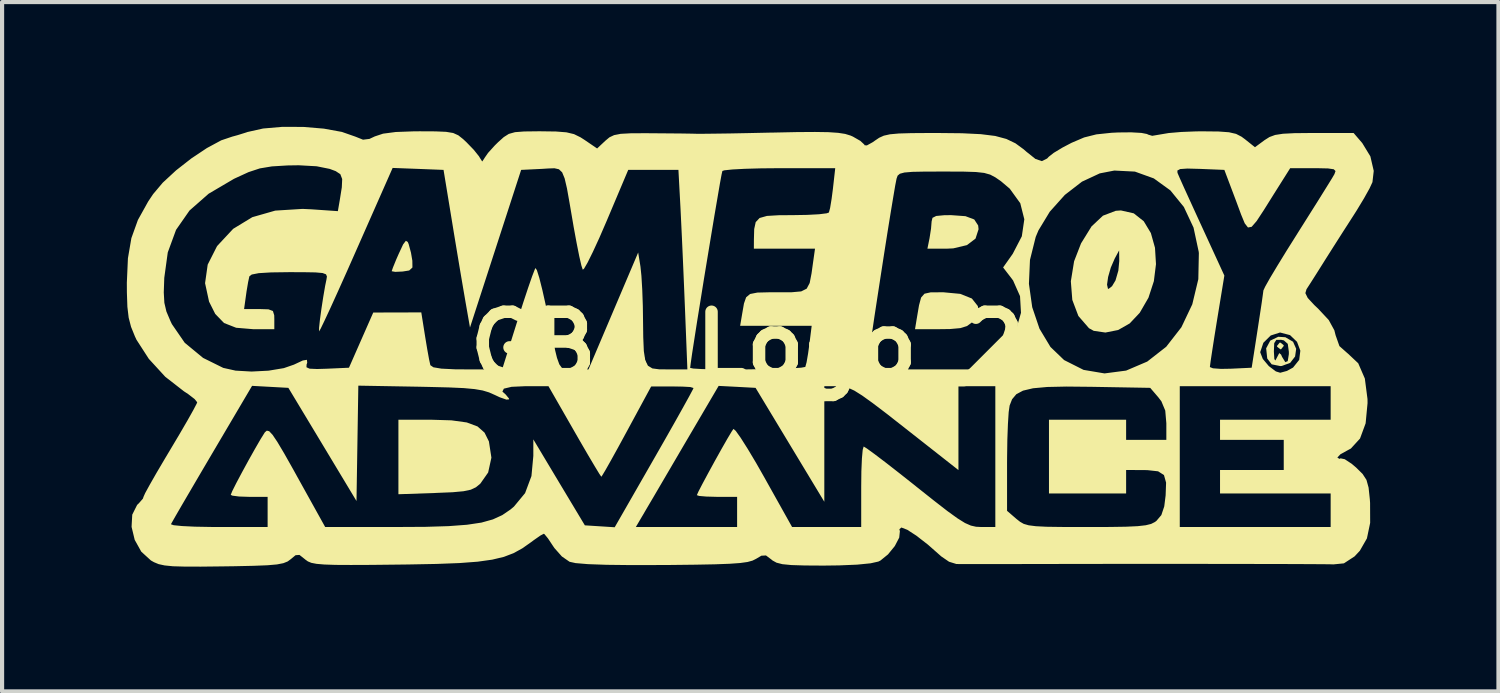
<source format=kicad_pcb>
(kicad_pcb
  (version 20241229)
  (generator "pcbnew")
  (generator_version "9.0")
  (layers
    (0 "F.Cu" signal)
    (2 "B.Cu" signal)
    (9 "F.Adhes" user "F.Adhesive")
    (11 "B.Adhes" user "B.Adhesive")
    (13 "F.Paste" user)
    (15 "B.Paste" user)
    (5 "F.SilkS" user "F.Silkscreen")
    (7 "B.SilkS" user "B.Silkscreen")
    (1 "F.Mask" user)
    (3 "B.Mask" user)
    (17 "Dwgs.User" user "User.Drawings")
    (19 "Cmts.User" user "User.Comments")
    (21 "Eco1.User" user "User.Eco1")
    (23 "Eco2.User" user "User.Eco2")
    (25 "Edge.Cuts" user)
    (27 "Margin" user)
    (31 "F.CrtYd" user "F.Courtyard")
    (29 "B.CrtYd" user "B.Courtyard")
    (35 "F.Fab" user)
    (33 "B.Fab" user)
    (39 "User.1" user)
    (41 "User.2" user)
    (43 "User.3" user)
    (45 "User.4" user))
  (footprint "GBA_Logo_2"
    (layer "F.Cu")
    (at 14.916 5.268)
    (property "Reference" "GBA_Logo_2" (at 0 0 0) (layer "F.SilkS") (effects (font (size 1.5 1.5) (thickness 0.3))))
    (attr board_only exclude_from_pos_files exclude_from_bom)
    (fp_poly (pts (xy 12.899 -0.019) (xy 12.902 0) (xy 12.84 0.078) (xy 12.821 0.081) (xy 12.743 0.019) (xy 12.74 0) (xy 12.802 -0.078) (xy 12.821 -0.081)) (stroke (width 0) (type solid)) (fill yes) (layer "F.SilkS"))
    (fp_poly (pts (xy -8.162 -2.501) (xy -8.14 -2.45) (xy -8.084 -2.243) (xy -8.051 -2.049) (xy -8.049 -1.886) (xy -8.127 -1.814) (xy -8.285 -1.789) (xy -8.463 -1.781) (xy -8.546 -1.796) (xy -8.547 -1.799) (xy -8.517 -1.886) (xy -8.441 -2.073) (xy -8.374 -2.225) (xy -8.272 -2.443) (xy -8.207 -2.528)) (stroke (width 0) (type solid)) (fill yes) (layer "F.SilkS"))
    (fp_poly (pts (xy 5.249 -3.12) (xy 5.46 -3.041) (xy 5.554 -2.897) (xy 5.564 -2.806) (xy 5.491 -2.581) (xy 5.284 -2.424) (xy 4.956 -2.346) (xy 4.788 -2.338) (xy 4.334 -2.338) (xy 4.385 -2.59) (xy 4.421 -2.82) (xy 4.435 -2.994) (xy 4.456 -3.08) (xy 4.545 -3.125) (xy 4.737 -3.143) (xy 4.903 -3.145)) (stroke (width 0) (type solid)) (fill yes) (layer "F.SilkS"))
    (fp_poly (pts (xy -7.112 1.789) (xy -6.742 1.84) (xy -6.484 1.936) (xy -6.315 2.085) (xy -6.21 2.296) (xy -6.15 2.686) (xy -6.228 3.043) (xy -6.417 3.312) (xy -6.523 3.399) (xy -6.646 3.457) (xy -6.821 3.494) (xy -7.083 3.518) (xy -7.469 3.534) (xy -7.504 3.536) (xy -8.386 3.566) (xy -8.386 2.67) (xy -8.386 1.774) (xy -7.617 1.774)) (stroke (width 0) (type solid)) (fill yes) (layer "F.SilkS"))
    (fp_poly (pts (xy 4.719 -1.29) (xy 5.124 -1.252) (xy 5.403 -1.14) (xy 5.546 -0.959) (xy 5.564 -0.847) (xy 5.51 -0.704) (xy 5.403 -0.564) (xy 5.286 -0.478) (xy 5.124 -0.428) (xy 4.874 -0.406) (xy 4.639 -0.403) (xy 4.036 -0.403) (xy 4.079 -0.665) (xy 4.132 -0.977) (xy 4.182 -1.163) (xy 4.264 -1.256) (xy 4.41 -1.288) (xy 4.653 -1.29)) (stroke (width 0) (type solid)) (fill yes) (layer "F.SilkS"))
    (fp_poly (pts (xy 12.941 -0.209) (xy 13.126 -0.101) (xy 13.201 0.069) (xy 13.175 0.254) (xy 13.056 0.408) (xy 12.852 0.482) (xy 12.816 0.484) (xy 12.611 0.442) (xy 12.505 0.302) (xy 12.487 0.13) (xy 12.665 0.13) (xy 12.665 0.136) (xy 12.676 0.316) (xy 12.701 0.35) (xy 12.737 0.282) (xy 12.794 0.172) (xy 12.838 0.208) (xy 12.861 0.262) (xy 12.94 0.39) (xy 12.998 0.365) (xy 13.025 0.197) (xy 13.025 0.141) (xy 12.999 -0.05) (xy 12.905 -0.133) (xy 12.841 -0.147) (xy 12.723 -0.145) (xy 12.673 -0.067) (xy 12.665 0.13) (xy 12.487 0.13) (xy 12.479 0.058) (xy 12.578 -0.128) (xy 12.77 -0.22)) (stroke (width 0) (type solid)) (fill yes) (layer "F.SilkS"))
    (fp_poly (pts (xy 9.296 -3.188) (xy 9.536 -2.998) (xy 9.707 -2.714) (xy 9.806 -2.361) (xy 9.83 -1.967) (xy 9.779 -1.557) (xy 9.649 -1.159) (xy 9.44 -0.798) (xy 9.198 -0.541) (xy 8.921 -0.383) (xy 8.614 -0.322) (xy 8.333 -0.363) (xy 8.219 -0.426) (xy 7.964 -0.72) (xy 7.818 -1.106) (xy 7.789 -1.473) (xy 8.653 -1.473) (xy 8.675 -1.376) (xy 8.689 -1.371) (xy 8.773 -1.436) (xy 8.857 -1.576) (xy 8.925 -1.811) (xy 8.947 -2.04) (xy 8.944 -2.298) (xy 8.836 -2.097) (xy 8.743 -1.882) (xy 8.679 -1.658) (xy 8.653 -1.473) (xy 7.789 -1.473) (xy 7.783 -1.555) (xy 7.861 -2.036) (xy 8.028 -2.466) (xy 8.281 -2.875) (xy 8.555 -3.132) (xy 8.862 -3.249) (xy 8.987 -3.258)) (stroke (width 0) (type solid)) (fill yes) (layer "F.SilkS"))
    (fp_poly (pts (xy -10.672 -5.266) (xy -10.179 -5.225) (xy -9.745 -5.146) (xy -9.419 -5.032) (xy -9.417 -5.031) (xy -9.237 -4.959) (xy -9.082 -4.978) (xy -8.954 -5.038) (xy -8.755 -5.104) (xy -8.45 -5.144) (xy -8.015 -5.16) (xy -7.872 -5.161) (xy -7.494 -5.159) (xy -7.239 -5.148) (xy -7.069 -5.12) (xy -6.945 -5.064) (xy -6.83 -4.973) (xy -6.751 -4.899) (xy -6.574 -4.716) (xy -6.449 -4.56) (xy -6.423 -4.516) (xy -6.371 -4.435) (xy -6.321 -4.508) (xy -6.318 -4.516) (xy -6.23 -4.642) (xy -6.069 -4.82) (xy -5.989 -4.899) (xy -5.853 -5.021) (xy -5.732 -5.098) (xy -5.582 -5.14) (xy -5.362 -5.157) (xy -5.03 -5.161) (xy -4.965 -5.161) (xy -4.597 -5.156) (xy -4.345 -5.136) (xy -4.164 -5.093) (xy -4.007 -5.016) (xy -3.912 -4.955) (xy -3.608 -4.748) (xy -3.41 -4.934) (xy -3.312 -5.016) (xy -3.2 -5.069) (xy -3.041 -5.1) (xy -2.8 -5.113) (xy -2.443 -5.115) (xy -2.312 -5.114) (xy -1.926 -5.111) (xy -1.583 -5.108) (xy -1.325 -5.104) (xy -1.21 -5.101) (xy -1.069 -5.101) (xy -0.796 -5.104) (xy -0.417 -5.109) (xy 0.039 -5.118) (xy 0.543 -5.129) (xy 0.626 -5.13) (xy 1.197 -5.142) (xy 1.632 -5.145) (xy 1.954 -5.14) (xy 2.187 -5.124) (xy 2.356 -5.098) (xy 2.484 -5.059) (xy 2.541 -5.034) (xy 2.721 -4.931) (xy 2.817 -4.842) (xy 2.822 -4.826) (xy 2.878 -4.821) (xy 3.017 -4.898) (xy 3.071 -4.936) (xy 3.175 -5.006) (xy 3.286 -5.056) (xy 3.434 -5.089) (xy 3.645 -5.108) (xy 3.95 -5.117) (xy 4.376 -5.12) (xy 4.583 -5.12) (xy 5.167 -5.114) (xy 5.618 -5.092) (xy 5.964 -5.049) (xy 6.232 -4.977) (xy 6.451 -4.872) (xy 6.648 -4.728) (xy 6.714 -4.67) (xy 6.932 -4.496) (xy 7.087 -4.444) (xy 7.213 -4.507) (xy 7.251 -4.548) (xy 7.37 -4.642) (xy 7.586 -4.772) (xy 7.802 -4.885) (xy 8.102 -5.013) (xy 8.397 -5.087) (xy 8.759 -5.125) (xy 8.924 -5.133) (xy 9.235 -5.136) (xy 9.48 -5.122) (xy 9.619 -5.095) (xy 9.633 -5.084) (xy 9.739 -5.052) (xy 9.939 -5.086) (xy 10.135 -5.119) (xy 10.44 -5.145) (xy 10.801 -5.159) (xy 10.966 -5.16) (xy 11.335 -5.156) (xy 11.584 -5.138) (xy 11.755 -5.099) (xy 11.887 -5.031) (xy 11.971 -4.969) (xy 12.21 -4.778) (xy 12.442 -4.949) (xy 12.559 -5.023) (xy 12.695 -5.073) (xy 12.884 -5.102) (xy 13.159 -5.116) (xy 13.557 -5.12) (xy 13.628 -5.12) (xy 14.582 -5.12) (xy 14.79 -4.878) (xy 14.985 -4.558) (xy 15.066 -4.209) (xy 15.035 -3.938) (xy 14.966 -3.789) (xy 14.831 -3.547) (xy 14.653 -3.253) (xy 14.558 -3.104) (xy 14.329 -2.748) (xy 14.09 -2.373) (xy 13.884 -2.048) (xy 13.839 -1.976) (xy 13.674 -1.714) (xy 13.534 -1.494) (xy 13.449 -1.363) (xy 13.422 -1.27) (xy 13.479 -1.153) (xy 13.638 -0.982) (xy 13.73 -0.895) (xy 13.984 -0.623) (xy 14.119 -0.376) (xy 14.149 -0.257) (xy 14.241 0.004) (xy 14.437 0.178) (xy 14.441 0.18) (xy 14.693 0.417) (xy 14.852 0.784) (xy 14.916 1.277) (xy 14.917 1.376) (xy 14.871 1.861) (xy 14.736 2.227) (xy 14.516 2.467) (xy 14.426 2.516) (xy 14.264 2.606) (xy 14.192 2.683) (xy 14.192 2.685) (xy 14.242 2.716) (xy 14.27 2.703) (xy 14.369 2.724) (xy 14.536 2.834) (xy 14.642 2.924) (xy 14.798 3.078) (xy 14.891 3.221) (xy 14.942 3.406) (xy 14.972 3.685) (xy 14.978 3.772) (xy 14.98 4.255) (xy 14.902 4.628) (xy 14.732 4.925) (xy 14.606 5.06) (xy 14.349 5.228) (xy 14.096 5.253) (xy 14.001 5.25) (xy 13.761 5.248) (xy 13.393 5.246) (xy 12.915 5.244) (xy 12.343 5.243) (xy 11.693 5.242) (xy 10.983 5.241) (xy 10.23 5.241) (xy 9.45 5.241) (xy 8.66 5.241) (xy 7.876 5.242) (xy 7.378 5.243) (xy 6.794 5.244) (xy 6.256 5.245) (xy 5.787 5.245) (xy 5.412 5.245) (xy 5.152 5.245) (xy 5.031 5.244) (xy 4.854 5.189) (xy 4.667 5.061) (xy 4.666 5.06) (xy 4.346 4.778) (xy 4.068 4.562) (xy 3.85 4.421) (xy 3.708 4.366) (xy 3.66 4.407) (xy 3.672 4.455) (xy 3.656 4.609) (xy 3.55 4.812) (xy 3.387 5.012) (xy 3.205 5.16) (xy 3.155 5.185) (xy 2.967 5.227) (xy 2.645 5.259) (xy 2.214 5.277) (xy 1.834 5.282) (xy 1.383 5.279) (xy 1.063 5.269) (xy 0.847 5.248) (xy 0.706 5.212) (xy 0.61 5.159) (xy 0.58 5.134) (xy 0.452 5.038) (xy 0.342 5.044) (xy 0.213 5.12) (xy 0.129 5.162) (xy 0.009 5.195) (xy -0.169 5.22) (xy -0.424 5.238) (xy -0.775 5.251) (xy -1.243 5.26) (xy -1.847 5.267) (xy -2.021 5.268) (xy -2.779 5.27) (xy -3.38 5.263) (xy -3.828 5.247) (xy -4.126 5.222) (xy -4.271 5.19) (xy -4.456 5.062) (xy -4.636 4.859) (xy -4.671 4.807) (xy -4.79 4.628) (xy -4.875 4.525) (xy -4.89 4.516) (xy -4.973 4.56) (xy -5.132 4.671) (xy -5.198 4.72) (xy -5.405 4.866) (xy -5.615 4.982) (xy -5.85 5.072) (xy -6.131 5.139) (xy -6.48 5.188) (xy -6.919 5.221) (xy -7.469 5.242) (xy -8.152 5.255) (xy -8.407 5.258) (xy -9.039 5.265) (xy -9.529 5.267) (xy -9.899 5.265) (xy -10.167 5.256) (xy -10.354 5.24) (xy -10.479 5.216) (xy -10.563 5.181) (xy -10.626 5.136) (xy -10.635 5.128) (xy -10.765 5.025) (xy -10.859 5.032) (xy -10.975 5.128) (xy -11.05 5.183) (xy -11.153 5.224) (xy -11.307 5.254) (xy -11.537 5.274) (xy -11.867 5.287) (xy -12.321 5.297) (xy -12.608 5.301) (xy -13.134 5.307) (xy -13.525 5.306) (xy -13.808 5.298) (xy -14.007 5.278) (xy -14.151 5.247) (xy -14.264 5.2) (xy -14.338 5.158) (xy -14.569 4.947) (xy -14.727 4.663) (xy -14.802 4.352) (xy -14.799 4.288) (xy -13.856 4.288) (xy -13.79 4.311) (xy -13.59 4.331) (xy -13.283 4.346) (xy -12.898 4.353) (xy -12.707 4.354) (xy -11.531 4.354) (xy -11.531 3.991) (xy -11.531 3.629) (xy -11.974 3.629) (xy -12.217 3.621) (xy -12.378 3.6) (xy -12.418 3.581) (xy -12.381 3.49) (xy -12.284 3.297) (xy -12.147 3.039) (xy -11.99 2.751) (xy -11.834 2.473) (xy -11.699 2.24) (xy -11.605 2.089) (xy -11.595 2.075) (xy -11.55 2.037) (xy -11.493 2.051) (xy -11.413 2.136) (xy -11.297 2.308) (xy -11.134 2.582) (xy -10.911 2.977) (xy -10.819 3.144) (xy -10.147 4.354) (xy -8.435 4.354) (xy -7.737 4.35) (xy -7.179 4.333) (xy -6.737 4.3) (xy -6.39 4.248) (xy -6.114 4.171) (xy -5.889 4.068) (xy -5.691 3.933) (xy -5.608 3.863) (xy -5.34 3.539) (xy -5.187 3.129) (xy -5.142 2.646) (xy -5.142 2.247) (xy -4.523 3.281) (xy -3.903 4.314) (xy -3.544 4.337) (xy -3.185 4.36) (xy -3.182 4.354) (xy -2.677 4.354) (xy -1.459 4.354) (xy -0.242 4.354) (xy -0.242 3.991) (xy -0.242 3.629) (xy -0.726 3.629) (xy -0.981 3.622) (xy -1.156 3.607) (xy -1.21 3.588) (xy -1.173 3.504) (xy -1.075 3.315) (xy -0.937 3.058) (xy -0.778 2.767) (xy -0.618 2.48) (xy -0.476 2.231) (xy -0.372 2.057) (xy -0.33 1.995) (xy -0.275 2.042) (xy -0.156 2.209) (xy 0.012 2.474) (xy 0.217 2.817) (xy 0.403 3.144) (xy 1.08 4.354) (xy 1.911 4.354) (xy 2.742 4.354) (xy 2.742 3.387) (xy 2.746 3.013) (xy 2.759 2.707) (xy 2.778 2.498) (xy 2.801 2.419) (xy 2.802 2.419) (xy 2.881 2.468) (xy 3.065 2.602) (xy 3.334 2.806) (xy 3.666 3.065) (xy 4.043 3.363) (xy 4.072 3.387) (xy 4.497 3.724) (xy 4.818 3.973) (xy 5.058 4.146) (xy 5.238 4.258) (xy 5.379 4.32) (xy 5.504 4.348) (xy 5.624 4.354) (xy 5.967 4.354) (xy 5.967 2.809) (xy 6.249 2.809) (xy 6.249 3.965) (xy 6.475 4.16) (xy 6.561 4.228) (xy 6.65 4.279) (xy 6.769 4.313) (xy 6.942 4.335) (xy 7.195 4.348) (xy 7.552 4.353) (xy 8.04 4.354) (xy 8.18 4.354) (xy 8.712 4.353) (xy 9.106 4.347) (xy 9.389 4.334) (xy 9.583 4.312) (xy 9.713 4.28) (xy 9.804 4.234) (xy 9.841 4.206) (xy 9.959 4.067) (xy 10.029 3.858) (xy 10.062 3.593) (xy 10.073 3.287) (xy 10.022 3.105) (xy 9.881 3.015) (xy 9.619 2.986) (xy 9.495 2.985) (xy 9.112 2.983) (xy 9.112 3.266) (xy 9.112 3.548) (xy 8.184 3.548) (xy 7.257 3.548) (xy 7.257 2.661) (xy 10.402 2.661) (xy 10.402 4.354) (xy 12.216 4.354) (xy 14.03 4.354) (xy 14.03 3.951) (xy 14.03 3.548) (xy 12.7 3.548) (xy 11.37 3.548) (xy 11.37 3.266) (xy 11.37 2.983) (xy 12.136 2.983) (xy 12.902 2.983) (xy 12.902 2.621) (xy 12.902 2.258) (xy 12.136 2.258) (xy 11.37 2.258) (xy 11.37 2.016) (xy 11.37 1.774) (xy 12.7 1.774) (xy 14.03 1.774) (xy 14.03 1.371) (xy 14.03 0.968) (xy 12.216 0.968) (xy 10.402 0.968) (xy 10.402 2.661) (xy 7.257 2.661) (xy 7.257 1.774) (xy 8.184 1.774) (xy 9.112 1.774) (xy 9.112 2.016) (xy 9.112 2.258) (xy 9.596 2.258) (xy 10.079 2.258) (xy 10.079 1.859) (xy 10.053 1.555) (xy 9.96 1.332) (xy 9.885 1.234) (xy 9.691 1.008) (xy 8.278 0.983) (xy 7.676 0.977) (xy 7.215 0.987) (xy 6.874 1.018) (xy 6.633 1.075) (xy 6.472 1.161) (xy 6.37 1.282) (xy 6.311 1.433) (xy 6.288 1.592) (xy 6.27 1.876) (xy 6.256 2.249) (xy 6.25 2.674) (xy 6.249 2.809) (xy 5.967 2.809) (xy 5.967 2.661) (xy 5.967 0.968) (xy 5.523 0.968) (xy 5.08 0.968) (xy 5.08 1.977) (xy 5.08 2.985) (xy 3.797 1.977) (xy 3.356 1.631) (xy 3.019 1.375) (xy 2.767 1.194) (xy 2.578 1.075) (xy 2.431 1.007) (xy 2.307 0.975) (xy 2.185 0.968) (xy 1.855 0.968) (xy 1.855 2.357) (xy 1.855 3.747) (xy 1.028 2.377) (xy 0.202 1.008) (xy -0.242 0.984) (xy -0.686 0.961) (xy -1.528 2.395) (xy -1.792 2.846) (xy -2.038 3.266) (xy -2.25 3.628) (xy -2.414 3.906) (xy -2.513 4.076) (xy -2.523 4.092) (xy -2.677 4.354) (xy -3.182 4.354) (xy -2.238 2.708) (xy -1.971 2.241) (xy -1.733 1.821) (xy -1.536 1.469) (xy -1.39 1.205) (xy -1.306 1.047) (xy -1.29 1.012) (xy -1.364 0.989) (xy -1.555 0.973) (xy -1.798 0.968) (xy -2.305 0.968) (xy -2.894 2.056) (xy -3.098 2.431) (xy -3.275 2.751) (xy -3.41 2.99) (xy -3.491 3.124) (xy -3.507 3.145) (xy -3.553 3.079) (xy -3.664 2.896) (xy -3.827 2.621) (xy -4.027 2.277) (xy -4.154 2.056) (xy -4.778 0.968) (xy -5.332 0.968) (xy -5.664 0.983) (xy -5.85 1.027) (xy -5.886 1.097) (xy -5.806 1.169) (xy -5.728 1.264) (xy -5.725 1.285) (xy -5.789 1.291) (xy -5.951 1.234) (xy -6.068 1.179) (xy -6.208 1.117) (xy -6.36 1.071) (xy -6.552 1.038) (xy -6.813 1.014) (xy -7.168 0.998) (xy -7.646 0.986) (xy -7.88 0.981) (xy -9.35 0.955) (xy -9.372 2.342) (xy -9.394 3.729) (xy -10.213 2.368) (xy -11.032 1.008) (xy -11.468 0.984) (xy -11.905 0.96) (xy -12.867 2.591) (xy -13.14 3.055) (xy -13.385 3.473) (xy -13.591 3.825) (xy -13.745 4.091) (xy -13.836 4.251) (xy -13.856 4.288) (xy -14.799 4.288) (xy -14.786 4.057) (xy -14.669 3.823) (xy -14.627 3.783) (xy -14.53 3.672) (xy -14.514 3.625) (xy -14.475 3.538) (xy -14.365 3.337) (xy -14.201 3.05) (xy -13.995 2.701) (xy -13.869 2.49) (xy -13.647 2.117) (xy -13.458 1.792) (xy -13.317 1.541) (xy -13.237 1.388) (xy -13.224 1.355) (xy -13.286 1.278) (xy -13.444 1.156) (xy -13.542 1.092) (xy -13.992 0.742) (xy -14.388 0.31) (xy -14.685 -0.15) (xy -14.723 -0.232) (xy -14.815 -0.459) (xy -14.872 -0.679) (xy -14.903 -0.94) (xy -14.915 -1.287) (xy -14.028 -1.287) (xy -14.014 -1.037) (xy -13.965 -0.828) (xy -13.869 -0.601) (xy -13.833 -0.525) (xy -13.524 -0.076) (xy -13.083 0.288) (xy -12.598 0.528) (xy -12.301 0.594) (xy -11.918 0.616) (xy -11.51 0.595) (xy -11.142 0.534) (xy -10.899 0.45) (xy -10.685 0.35) (xy -10.586 0.334) (xy -10.579 0.405) (xy -10.594 0.447) (xy -10.597 0.513) (xy -10.523 0.547) (xy -10.342 0.555) (xy -10.108 0.548) (xy -9.575 0.524) (xy -9.283 -0.14) (xy -8.991 -0.803) (xy -8.413 -0.805) (xy -7.836 -0.806) (xy -7.743 -0.222) (xy -7.693 0.079) (xy -7.649 0.322) (xy -7.619 0.458) (xy -7.617 0.464) (xy -7.544 0.514) (xy -7.353 0.546) (xy -7.028 0.562) (xy -6.738 0.564) (xy -5.892 0.564) (xy -5.518 -0.625) (xy -5.386 -1.039) (xy -5.267 -1.398) (xy -5.171 -1.674) (xy -5.107 -1.84) (xy -5.09 -1.873) (xy -5.056 -1.82) (xy -4.998 -1.635) (xy -4.925 -1.345) (xy -4.842 -0.975) (xy -4.811 -0.824) (xy -4.71 -0.325) (xy -4.634 0.038) (xy -4.573 0.287) (xy -4.517 0.443) (xy -4.456 0.527) (xy -4.381 0.561) (xy -4.28 0.567) (xy -4.16 0.564) (xy -3.815 0.564) (xy -3.218 -0.841) (xy -2.621 -2.246) (xy -2.566 -1.909) (xy -2.543 -1.686) (xy -2.523 -1.354) (xy -2.509 -0.962) (xy -2.505 -0.685) (xy -2.499 -0.212) (xy -2.485 0.123) (xy -2.451 0.345) (xy -2.386 0.476) (xy -2.279 0.541) (xy -2.118 0.562) (xy -1.919 0.564) (xy -1.438 0.564) (xy -1.439 0.528) (xy -1.371 0.528) (xy -1.295 0.544) (xy -1.091 0.556) (xy -0.788 0.563) (xy -0.42 0.565) (xy -0.017 0.564) (xy 0.388 0.558) (xy 0.763 0.55) (xy 1.078 0.538) (xy 1.3 0.523) (xy 1.397 0.505) (xy 1.398 0.504) (xy 1.423 0.413) (xy 2.903 0.413) (xy 2.913 0.47) (xy 2.957 0.51) (xy 3.06 0.537) (xy 3.244 0.554) (xy 3.532 0.562) (xy 3.948 0.564) (xy 4.184 0.564) (xy 5.465 0.564) (xy 5.852 0.302) (xy 6.223 -0.022) (xy 6.469 -0.397) (xy 6.584 -0.797) (xy 6.561 -1.197) (xy 6.429 -1.494) (xy 6.775 -1.494) (xy 6.854 -0.931) (xy 7.029 -0.414) (xy 7.293 0.025) (xy 7.621 0.34) (xy 8.089 0.576) (xy 8.593 0.661) (xy 9.112 0.593) (xy 9.62 0.376) (xy 10.076 0.02) (xy 10.441 -0.449) (xy 10.703 -1.001) (xy 10.848 -1.605) (xy 10.861 -2.232) (xy 10.857 -2.266) (xy 10.733 -2.845) (xy 10.5 -3.342) (xy 10.176 -3.74) (xy 9.778 -4.028) (xy 9.323 -4.192) (xy 8.828 -4.217) (xy 8.478 -4.149) (xy 8.051 -3.95) (xy 7.638 -3.631) (xy 7.276 -3.227) (xy 7.004 -2.778) (xy 6.938 -2.621) (xy 6.8 -2.068) (xy 6.775 -1.494) (xy 6.429 -1.494) (xy 6.395 -1.572) (xy 6.353 -1.629) (xy 6.154 -1.887) (xy 6.385 -2.214) (xy 6.604 -2.636) (xy 6.664 -3.045) (xy 6.567 -3.431) (xy 6.314 -3.781) (xy 6.103 -3.96) (xy 5.967 -4.054) (xy 5.844 -4.119) (xy 5.699 -4.16) (xy 5.5 -4.182) (xy 5.214 -4.191) (xy 4.806 -4.193) (xy 4.707 -4.193) (xy 4.272 -4.192) (xy 3.973 -4.186) (xy 3.782 -4.17) (xy 3.673 -4.141) (xy 3.618 -4.095) (xy 3.593 -4.025) (xy 3.59 -4.012) (xy 3.56 -3.859) (xy 3.513 -3.581) (xy 3.45 -3.202) (xy 3.377 -2.75) (xy 3.298 -2.249) (xy 3.217 -1.726) (xy 3.137 -1.207) (xy 3.062 -0.718) (xy 2.998 -0.285) (xy 2.947 0.065) (xy 2.914 0.307) (xy 2.903 0.413) (xy 1.423 0.413) (xy 1.428 0.396) (xy 1.465 0.181) (xy 1.493 -0.02) (xy 1.551 -0.484) (xy 0.691 -0.484) (xy -0.169 -0.484) (xy -0.118 -0.786) (xy -0.077 -1.021) (xy -0.025 -1.169) (xy 0.071 -1.249) (xy 0.245 -1.283) (xy 0.53 -1.29) (xy 0.718 -1.29) (xy 1.072 -1.291) (xy 1.299 -1.311) (xy 1.431 -1.377) (xy 1.503 -1.513) (xy 1.548 -1.746) (xy 1.577 -1.955) (xy 1.631 -2.338) (xy 0.896 -2.338) (xy 0.161 -2.338) (xy 0.162 -2.56) (xy 0.169 -2.811) (xy 0.205 -2.977) (xy 0.298 -3.076) (xy 0.475 -3.126) (xy 0.763 -3.143) (xy 1.093 -3.145) (xy 1.443 -3.151) (xy 1.728 -3.166) (xy 1.913 -3.189) (xy 1.965 -3.208) (xy 1.994 -3.316) (xy 2.03 -3.535) (xy 2.061 -3.772) (xy 2.111 -4.217) (xy 10.344 -4.217) (xy 10.347 -4.162) (xy 10.395 -4.05) (xy 10.498 -3.82) (xy 10.644 -3.5) (xy 10.819 -3.117) (xy 10.934 -2.867) (xy 11.474 -1.692) (xy 11.299 -0.624) (xy 11.235 -0.226) (xy 11.182 0.115) (xy 11.144 0.367) (xy 11.127 0.498) (xy 11.126 0.508) (xy 11.2 0.538) (xy 11.392 0.552) (xy 11.629 0.548) (xy 12.131 0.524) (xy 12.189 0.154) (xy 12.337 0.154) (xy 12.398 0.312) (xy 12.543 0.485) (xy 12.713 0.613) (xy 12.817 0.645) (xy 12.979 0.601) (xy 13.126 0.52) (xy 13.274 0.335) (xy 13.301 0.114) (xy 13.221 -0.099) (xy 13.053 -0.26) (xy 12.813 -0.323) (xy 12.589 -0.251) (xy 12.412 -0.076) (xy 12.337 0.147) (xy 12.337 0.154) (xy 12.189 0.154) (xy 12.269 -0.363) (xy 12.325 -0.728) (xy 12.372 -1.037) (xy 12.402 -1.252) (xy 12.413 -1.335) (xy 12.456 -1.427) (xy 12.572 -1.633) (xy 12.749 -1.928) (xy 12.971 -2.29) (xy 13.227 -2.697) (xy 13.231 -2.704) (xy 13.492 -3.118) (xy 13.727 -3.491) (xy 13.92 -3.801) (xy 14.057 -4.022) (xy 14.121 -4.131) (xy 14.147 -4.205) (xy 14.105 -4.248) (xy 13.967 -4.268) (xy 13.703 -4.274) (xy 13.627 -4.274) (xy 13.057 -4.274) (xy 12.663 -3.649) (xy 12.42 -3.261) (xy 12.249 -3.001) (xy 12.13 -2.864) (xy 12.042 -2.848) (xy 11.964 -2.948) (xy 11.876 -3.161) (xy 11.76 -3.475) (xy 11.474 -4.233) (xy 10.888 -4.257) (xy 10.584 -4.265) (xy 10.412 -4.253) (xy 10.344 -4.217) (xy 2.111 -4.217) (xy 2.117 -4.274) (xy 0.781 -4.274) (xy 0.334 -4.27) (xy -0.055 -4.259) (xy -0.358 -4.243) (xy -0.547 -4.223) (xy -0.596 -4.207) (xy -0.616 -4.119) (xy -0.657 -3.896) (xy -0.714 -3.562) (xy -0.786 -3.142) (xy -0.866 -2.66) (xy -0.952 -2.14) (xy -1.04 -1.606) (xy -1.124 -1.082) (xy -1.203 -0.594) (xy -1.27 -0.164) (xy -1.324 0.183) (xy -1.358 0.421) (xy -1.371 0.528) (xy -1.439 0.528) (xy -1.496 -0.907) (xy -1.519 -1.464) (xy -1.544 -2.046) (xy -1.569 -2.601) (xy -1.592 -3.078) (xy -1.603 -3.306) (xy -1.653 -4.233) (xy -2.256 -4.233) (xy -2.86 -4.233) (xy -3.38 -3.002) (xy -3.555 -2.598) (xy -3.712 -2.257) (xy -3.838 -2.003) (xy -3.923 -1.857) (xy -3.953 -1.833) (xy -3.986 -1.932) (xy -4.038 -2.158) (xy -4.102 -2.48) (xy -4.173 -2.866) (xy -4.186 -2.943) (xy -4.27 -3.434) (xy -4.333 -3.788) (xy -4.389 -4.028) (xy -4.449 -4.174) (xy -4.527 -4.248) (xy -4.634 -4.272) (xy -4.783 -4.267) (xy -4.941 -4.257) (xy -5.435 -4.233) (xy -6.05 -2.338) (xy -6.665 -0.443) (xy -6.771 -1.048) (xy -6.822 -1.346) (xy -6.892 -1.756) (xy -6.972 -2.234) (xy -7.055 -2.734) (xy -7.089 -2.943) (xy -7.301 -4.233) (xy -7.913 -4.257) (xy -8.525 -4.28) (xy -9.398 -2.303) (xy -9.629 -1.781) (xy -9.839 -1.313) (xy -10.019 -0.916) (xy -10.161 -0.611) (xy -10.255 -0.416) (xy -10.294 -0.349) (xy -10.294 -0.349) (xy -10.294 -0.433) (xy -10.273 -0.631) (xy -10.237 -0.895) (xy -10.193 -1.181) (xy -10.148 -1.443) (xy -10.117 -1.593) (xy -10.105 -1.67) (xy -10.127 -1.722) (xy -10.21 -1.753) (xy -10.38 -1.768) (xy -10.662 -1.773) (xy -11.008 -1.774) (xy -11.448 -1.768) (xy -11.744 -1.75) (xy -11.913 -1.717) (xy -11.97 -1.673) (xy -12 -1.534) (xy -12.038 -1.309) (xy -12.049 -1.23) (xy -12.097 -0.887) (xy -11.733 -0.887) (xy -11.51 -0.88) (xy -11.404 -0.84) (xy -11.372 -0.737) (xy -11.37 -0.645) (xy -11.37 -0.403) (xy -11.883 -0.403) (xy -12.288 -0.437) (xy -12.579 -0.551) (xy -12.791 -0.77) (xy -12.939 -1.065) (xy -13.035 -1.509) (xy -12.972 -1.955) (xy -12.753 -2.388) (xy -12.737 -2.411) (xy -12.359 -2.816) (xy -11.899 -3.096) (xy -11.347 -3.254) (xy -10.692 -3.295) (xy -10.479 -3.285) (xy -9.842 -3.241) (xy -9.798 -3.495) (xy -9.747 -3.814) (xy -9.738 -4.013) (xy -9.783 -4.13) (xy -9.894 -4.203) (xy -10.039 -4.257) (xy -10.352 -4.32) (xy -10.783 -4.344) (xy -11.051 -4.34) (xy -11.429 -4.317) (xy -11.718 -4.269) (xy -11.99 -4.179) (xy -12.317 -4.029) (xy -12.342 -4.017) (xy -12.949 -3.66) (xy -13.409 -3.256) (xy -13.733 -2.791) (xy -13.932 -2.248) (xy -14.016 -1.637) (xy -14.028 -1.287) (xy -14.915 -1.287) (xy -14.915 -1.289) (xy -14.916 -1.522) (xy -14.89 -2.108) (xy -14.807 -2.592) (xy -14.65 -3.029) (xy -14.403 -3.473) (xy -14.284 -3.651) (xy -14.052 -3.926) (xy -13.733 -4.221) (xy -13.366 -4.508) (xy -12.991 -4.758) (xy -12.646 -4.944) (xy -12.382 -5.033) (xy -12.254 -5.068) (xy -12.049 -5.132) (xy -12.015 -5.144) (xy -11.639 -5.228) (xy -11.175 -5.268)) (stroke (width 0) (type solid)) (fill yes) (layer "F.SilkS")))
  (gr_rect
    (start -3 -3)
    (end 32.981 13.575)
    (stroke (width 0.1) (type default))
    (fill no)
    (layer "Edge.Cuts")))
</source>
